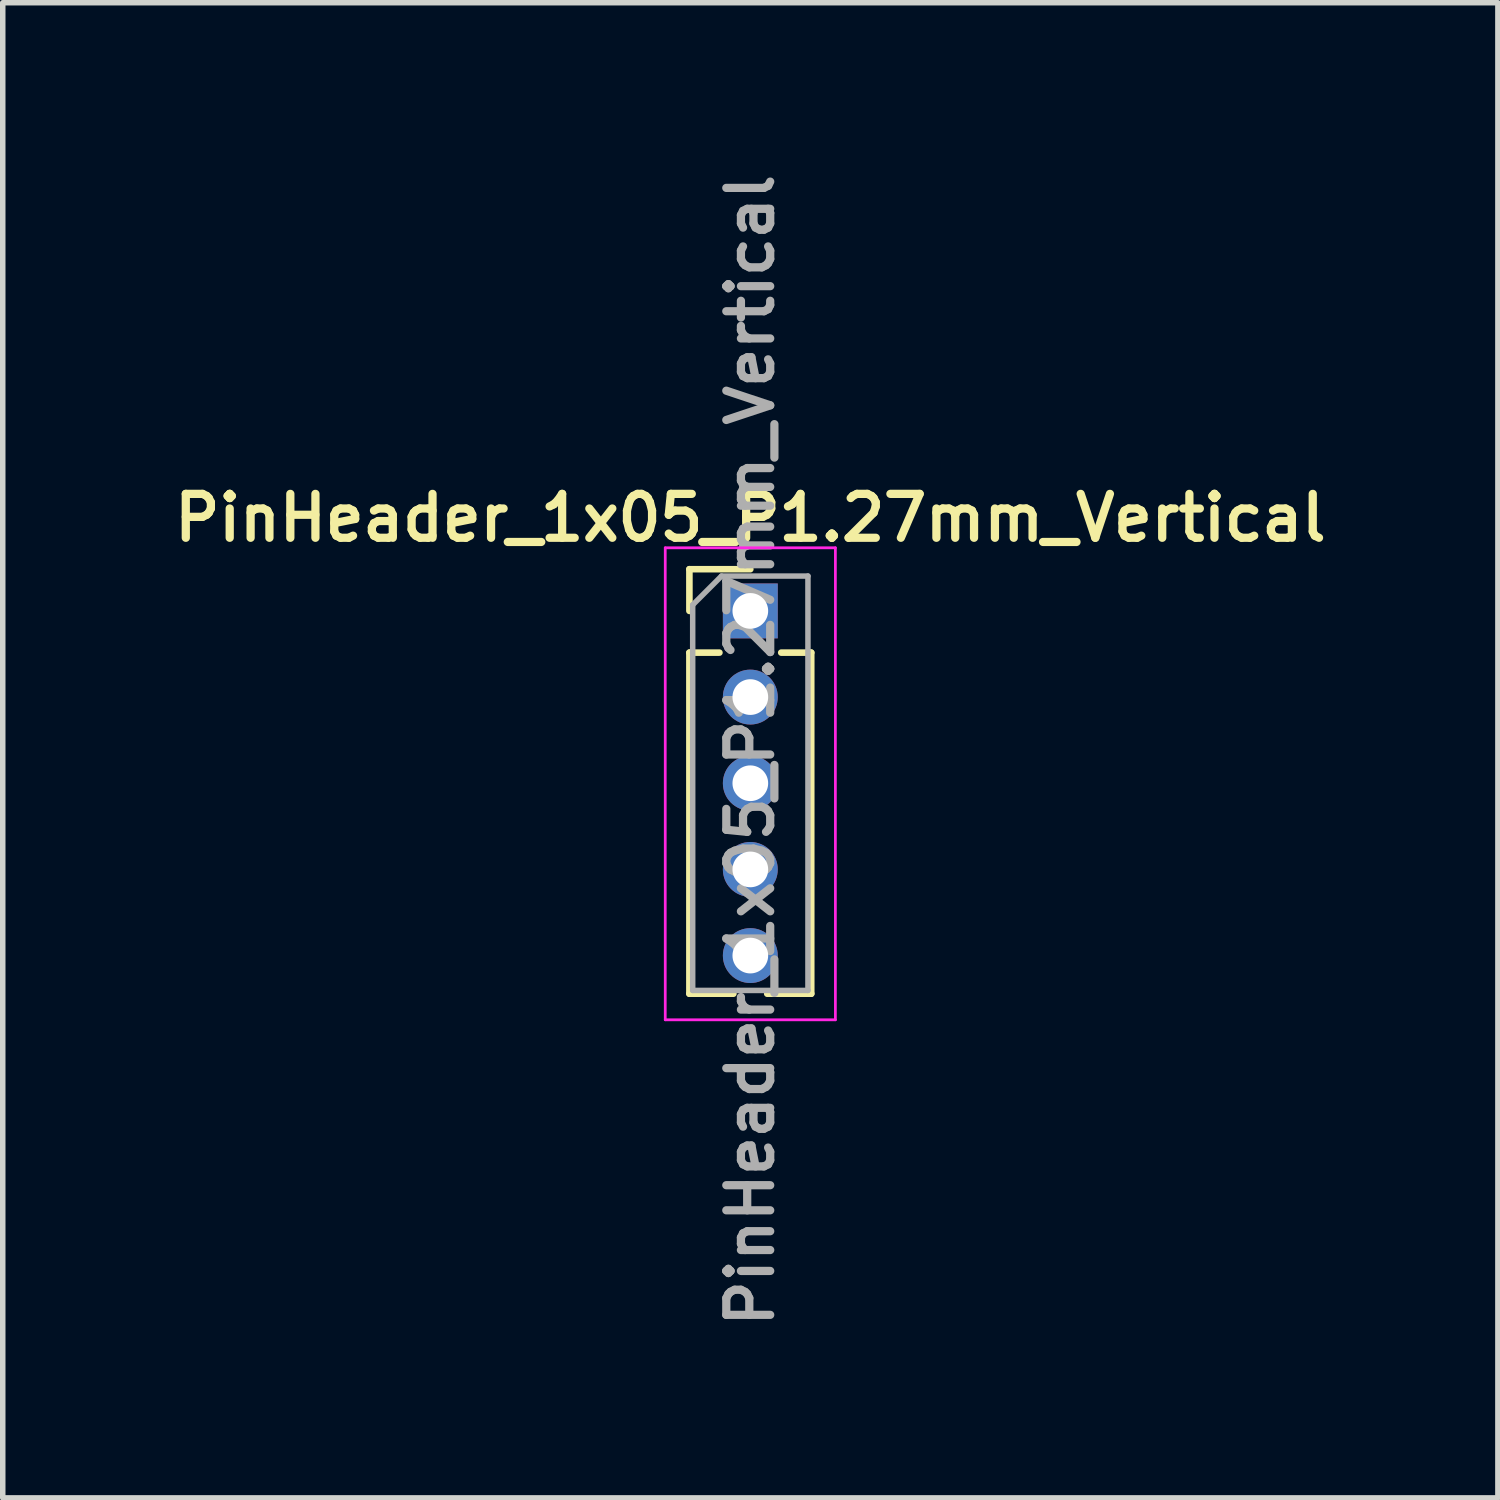
<source format=kicad_pcb>
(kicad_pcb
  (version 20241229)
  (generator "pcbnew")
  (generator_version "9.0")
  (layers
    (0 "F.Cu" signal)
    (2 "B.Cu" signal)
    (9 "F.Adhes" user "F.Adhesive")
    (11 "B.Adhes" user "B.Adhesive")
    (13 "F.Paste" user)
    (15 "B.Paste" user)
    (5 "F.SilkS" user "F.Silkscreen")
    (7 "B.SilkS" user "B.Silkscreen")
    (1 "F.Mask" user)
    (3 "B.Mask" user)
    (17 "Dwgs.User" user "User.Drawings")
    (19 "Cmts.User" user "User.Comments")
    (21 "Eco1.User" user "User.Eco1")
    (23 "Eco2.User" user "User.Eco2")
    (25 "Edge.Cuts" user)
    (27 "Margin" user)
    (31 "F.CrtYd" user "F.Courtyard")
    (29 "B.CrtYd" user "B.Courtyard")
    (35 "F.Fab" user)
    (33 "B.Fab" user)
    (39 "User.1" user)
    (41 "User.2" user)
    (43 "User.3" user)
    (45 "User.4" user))
  (footprint "PinHeader_1x05_P1.27mm_Vertical"
    (layer "F.Cu")
    (at 10.621 8.081)
    (property "Reference" "PinHeader_1x05_P1.27mm_Vertical" (at 0 -1.695 180) (layer "F.SilkS") (effects (font (size 0.8 0.8) (thickness 0.15))))
    (attr through_hole)
    (fp_line (start -1.11 -0.76) (end 0 -0.76) (stroke (width 0.12) (type solid)) (layer "F.SilkS"))
    (fp_line (start -1.11 0) (end -1.11 -0.76) (stroke (width 0.12) (type solid)) (layer "F.SilkS"))
    (fp_line (start -1.11 0.76) (end -1.11 6.975) (stroke (width 0.12) (type solid)) (layer "F.SilkS"))
    (fp_line (start -1.11 0.76) (end -0.563 0.76) (stroke (width 0.12) (type solid)) (layer "F.SilkS"))
    (fp_line (start -1.11 6.975) (end -0.308 6.975) (stroke (width 0.12) (type solid)) (layer "F.SilkS"))
    (fp_line (start 0.308 6.975) (end 1.11 6.975) (stroke (width 0.12) (type solid)) (layer "F.SilkS"))
    (fp_line (start 0.563 0.76) (end 1.11 0.76) (stroke (width 0.12) (type solid)) (layer "F.SilkS"))
    (fp_line (start 1.11 0.76) (end 1.11 6.975) (stroke (width 0.12) (type solid)) (layer "F.SilkS"))
    (fp_line (start -1.55 -1.15) (end -1.55 7.45) (stroke (width 0.05) (type solid)) (layer "F.CrtYd"))
    (fp_line (start -1.55 7.45) (end 1.55 7.45) (stroke (width 0.05) (type solid)) (layer "F.CrtYd"))
    (fp_line (start 1.55 -1.15) (end -1.55 -1.15) (stroke (width 0.05) (type solid)) (layer "F.CrtYd"))
    (fp_line (start 1.55 7.45) (end 1.55 -1.15) (stroke (width 0.05) (type solid)) (layer "F.CrtYd"))
    (fp_line (start -1.05 -0.11) (end -0.525 -0.635) (stroke (width 0.1) (type solid)) (layer "F.Fab"))
    (fp_line (start -1.05 6.915) (end -1.05 -0.11) (stroke (width 0.1) (type solid)) (layer "F.Fab"))
    (fp_line (start -0.525 -0.635) (end 1.05 -0.635) (stroke (width 0.1) (type solid)) (layer "F.Fab"))
    (fp_line (start 1.05 -0.635) (end 1.05 6.915) (stroke (width 0.1) (type solid)) (layer "F.Fab"))
    (fp_line (start 1.05 6.915) (end -1.05 6.915) (stroke (width 0.1) (type solid)) (layer "F.Fab"))
    (fp_text user "${REFERENCE}" (at 0 2.54 90) (layer "F.Fab") (effects (font (size 0.8 0.8) (thickness 0.15))))
    (pad "1" thru_hole rect (at 0 0) (size 1 1) (drill 0.65) (layers "*.Cu" "*.Mask"))
    (pad "2" thru_hole oval (at 0 1.57) (size 1 1) (drill 0.65) (layers "*.Cu" "*.Mask"))
    (pad "3" thru_hole oval (at 0 3.14) (size 1 1) (drill 0.65) (layers "*.Cu" "*.Mask"))
    (pad "4" thru_hole oval (at 0 4.71) (size 1 1) (drill 0.65) (layers "*.Cu" "*.Mask"))
    (pad "5" thru_hole oval (at 0 6.28) (size 1 1) (drill 0.65) (layers "*.Cu" "*.Mask")))
  (gr_rect
    (start -3 -3)
    (end 24.242 24.242)
    (stroke (width 0.1) (type default))
    (fill no)
    (layer "Edge.Cuts")))
</source>
